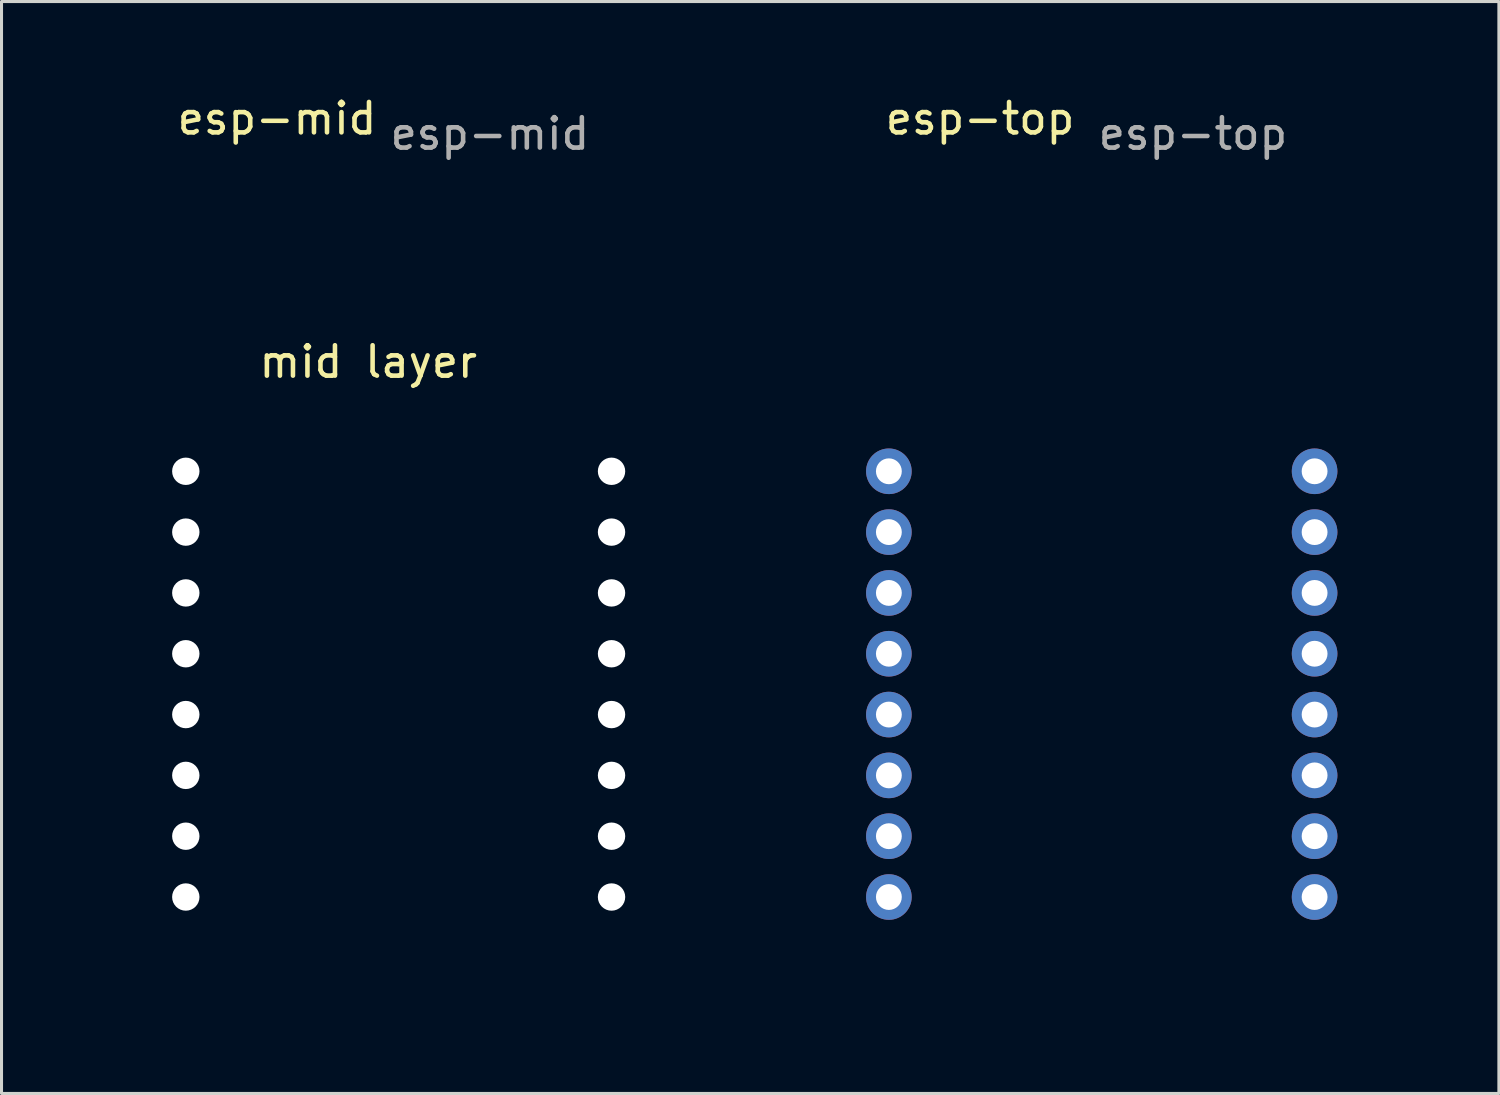
<source format=kicad_pcb>
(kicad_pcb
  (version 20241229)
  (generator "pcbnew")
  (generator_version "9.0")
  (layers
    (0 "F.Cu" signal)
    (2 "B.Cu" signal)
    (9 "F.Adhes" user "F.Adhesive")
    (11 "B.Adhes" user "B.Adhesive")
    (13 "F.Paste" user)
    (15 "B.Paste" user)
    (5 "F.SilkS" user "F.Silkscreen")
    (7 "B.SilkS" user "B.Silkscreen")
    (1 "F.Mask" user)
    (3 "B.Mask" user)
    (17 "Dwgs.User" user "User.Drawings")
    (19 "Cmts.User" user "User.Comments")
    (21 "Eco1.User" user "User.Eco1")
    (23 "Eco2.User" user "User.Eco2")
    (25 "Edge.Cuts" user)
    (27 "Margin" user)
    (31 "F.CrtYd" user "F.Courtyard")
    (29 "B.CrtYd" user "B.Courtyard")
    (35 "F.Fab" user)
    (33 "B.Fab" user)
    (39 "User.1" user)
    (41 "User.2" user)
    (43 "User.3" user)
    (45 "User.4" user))
  (footprint "esp-mid"
    (layer "F.Cu")
    (at 1.06 2.848)
    (property "Reference" "esp-mid" (at 5 -2 0) (unlocked yes) (layer "F.SilkS") (effects (font (size 1 1) (thickness 0.15))))
    (attr through_hole)
    (fp_line (start 0 -1) (end 0 1) (stroke (width 0.12) (type solid)) (layer "Eco1.User"))
    (fp_line (start 0 1) (end -1 0) (stroke (width 0.12) (type solid)) (layer "Eco1.User"))
    (fp_line (start 0 25) (end 0 27) (stroke (width 0.12) (type solid)) (layer "Eco1.User"))
    (fp_line (start 0 27) (end -1 26) (stroke (width 0.12) (type solid)) (layer "Eco1.User"))
    (fp_line (start 1 0) (end -1 0) (stroke (width 0.12) (type solid)) (layer "Eco1.User"))
    (fp_line (start 1 26) (end -1 26) (stroke (width 0.12) (type solid)) (layer "Eco1.User"))
    (fp_line (start 9 11) (end 9 15) (stroke (width 0.12) (type solid)) (layer "Eco1.User"))
    (fp_line (start 11 13) (end 7 13) (stroke (width 0.12) (type solid)) (layer "Eco1.User"))
    (fp_line (start 17 0) (end 19 0) (stroke (width 0.12) (type solid)) (layer "Eco1.User"))
    (fp_line (start 17 26) (end 19 26) (stroke (width 0.12) (type solid)) (layer "Eco1.User"))
    (fp_line (start 18 -1) (end 18 1) (stroke (width 0.12) (type solid)) (layer "Eco1.User"))
    (fp_line (start 18 1) (end 17 0) (stroke (width 0.12) (type solid)) (layer "Eco1.User"))
    (fp_line (start 18 25) (end 18 27) (stroke (width 0.12) (type solid)) (layer "Eco1.User"))
    (fp_line (start 18 27) (end 17 26) (stroke (width 0.12) (type solid)) (layer "Eco1.User"))
    (fp_rect (start 2.85 8.65) (end 15.15 23.95) (stroke (width 0.12) (type solid)) (fill no) (layer "Eco1.User"))
    (fp_text user "mid layer" (at 8 6 0) (unlocked yes) (layer "F.SilkS") (effects (font (size 1 1) (thickness 0.15))))
    (fp_text user "${REFERENCE}" (at 12 -1.5 0) (unlocked yes) (layer "F.Fab") (effects (font (size 1 1) (thickness 0.15))))
    (pad "" np_thru_hole circle (at 2 9.6) (size 0.9 0.9) (drill 0.9) (layers "*.Cu" "*.Mask"))
    (pad "" np_thru_hole circle (at 2 11.6) (size 0.9 0.9) (drill 0.9) (layers "*.Cu" "*.Mask"))
    (pad "" np_thru_hole circle (at 2 13.6) (size 0.9 0.9) (drill 0.9) (layers "*.Cu" "*.Mask"))
    (pad "" np_thru_hole circle (at 2 15.6) (size 0.9 0.9) (drill 0.9) (layers "*.Cu" "*.Mask"))
    (pad "" np_thru_hole circle (at 2 17.6) (size 0.9 0.9) (drill 0.9) (layers "*.Cu" "*.Mask"))
    (pad "" np_thru_hole circle (at 2 19.6) (size 0.9 0.9) (drill 0.9) (layers "*.Cu" "*.Mask"))
    (pad "" np_thru_hole circle (at 2 21.6) (size 0.9 0.9) (drill 0.9) (layers "*.Cu" "*.Mask"))
    (pad "" np_thru_hole circle (at 2 23.6) (size 0.9 0.9) (drill 0.9) (layers "*.Cu" "*.Mask"))
    (pad "" np_thru_hole circle (at 16 9.6) (size 0.9 0.9) (drill 0.9) (layers "*.Cu" "*.Mask"))
    (pad "" np_thru_hole circle (at 16 11.6) (size 0.9 0.9) (drill 0.9) (layers "*.Cu" "*.Mask"))
    (pad "" np_thru_hole circle (at 16 13.6) (size 0.9 0.9) (drill 0.9) (layers "*.Cu" "*.Mask"))
    (pad "" np_thru_hole circle (at 16 15.6) (size 0.9 0.9) (drill 0.9) (layers "*.Cu" "*.Mask"))
    (pad "" np_thru_hole circle (at 16 17.6) (size 0.9 0.9) (drill 0.9) (layers "*.Cu" "*.Mask"))
    (pad "" np_thru_hole circle (at 16 19.6) (size 0.9 0.9) (drill 0.9) (layers "*.Cu" "*.Mask"))
    (pad "" np_thru_hole circle (at 16 21.6) (size 0.9 0.9) (drill 0.9) (layers "*.Cu" "*.Mask"))
    (pad "" np_thru_hole circle (at 16 23.6) (size 0.9 0.9) (drill 0.9) (layers "*.Cu" "*.Mask")))
  (footprint "esp-top"
    (layer "F.Cu")
    (at 24.18 2.848)
    (property "Reference" "esp-top" (at 5 -2 0) (unlocked yes) (layer "F.SilkS") (effects (font (size 1 1) (thickness 0.15))))
    (attr through_hole)
    (fp_line (start 0 -1) (end 0 1) (stroke (width 0.12) (type solid)) (layer "Eco1.User"))
    (fp_line (start 0 -1) (end 1 0) (stroke (width 0.12) (type solid)) (layer "Eco1.User"))
    (fp_line (start 0 25) (end 0 27) (stroke (width 0.12) (type solid)) (layer "Eco1.User"))
    (fp_line (start 0 25) (end 1 26) (stroke (width 0.12) (type solid)) (layer "Eco1.User"))
    (fp_line (start 1 0) (end -1 0) (stroke (width 0.12) (type solid)) (layer "Eco1.User"))
    (fp_line (start 1 26) (end -1 26) (stroke (width 0.12) (type solid)) (layer "Eco1.User"))
    (fp_line (start 9 11) (end 9 15) (stroke (width 0.12) (type solid)) (layer "Eco1.User"))
    (fp_line (start 11 13) (end 7 13) (stroke (width 0.12) (type solid)) (layer "Eco1.User"))
    (fp_line (start 17 0) (end 19 0) (stroke (width 0.12) (type solid)) (layer "Eco1.User"))
    (fp_line (start 17 26) (end 19 26) (stroke (width 0.12) (type solid)) (layer "Eco1.User"))
    (fp_line (start 18 -1) (end 18 1) (stroke (width 0.12) (type solid)) (layer "Eco1.User"))
    (fp_line (start 18 -1) (end 19 0) (stroke (width 0.12) (type solid)) (layer "Eco1.User"))
    (fp_line (start 18 25) (end 18 27) (stroke (width 0.12) (type solid)) (layer "Eco1.User"))
    (fp_line (start 18 25) (end 19 26) (stroke (width 0.12) (type solid)) (layer "Eco1.User"))
    (fp_rect (start 2.85 8.65) (end 15.15 23.95) (stroke (width 0.12) (type solid)) (fill no) (layer "Eco1.User"))
    (fp_text user "${REFERENCE}" (at 12 -1.5 0) (unlocked yes) (layer "F.Fab") (effects (font (size 1 1) (thickness 0.15))))
    (pad "1" thru_hole circle (at 2 9.6) (size 1.5 1.5) (drill 0.85) (layers "*.Cu" "*.Mask"))
    (pad "2" thru_hole circle (at 2 11.6) (size 1.5 1.5) (drill 0.85) (layers "*.Cu" "*.Mask"))
    (pad "3" thru_hole circle (at 2 13.6) (size 1.5 1.5) (drill 0.85) (layers "*.Cu" "*.Mask"))
    (pad "4" thru_hole circle (at 2 15.6) (size 1.5 1.5) (drill 0.85) (layers "*.Cu" "*.Mask"))
    (pad "5" thru_hole circle (at 2 17.6) (size 1.5 1.5) (drill 0.85) (layers "*.Cu" "*.Mask"))
    (pad "6" thru_hole circle (at 2 19.6) (size 1.5 1.5) (drill 0.85) (layers "*.Cu" "*.Mask"))
    (pad "7" thru_hole circle (at 2 21.6) (size 1.5 1.5) (drill 0.85) (layers "*.Cu" "*.Mask"))
    (pad "8" thru_hole circle (at 2 23.6) (size 1.5 1.5) (drill 0.85) (layers "*.Cu" "*.Mask"))
    (pad "9" thru_hole circle (at 16 23.6) (size 1.5 1.5) (drill 0.85) (layers "*.Cu" "*.Mask"))
    (pad "10" thru_hole circle (at 16 21.6) (size 1.5 1.5) (drill 0.85) (layers "*.Cu" "*.Mask"))
    (pad "11" thru_hole circle (at 16 19.6) (size 1.5 1.5) (drill 0.85) (layers "*.Cu" "*.Mask"))
    (pad "12" thru_hole circle (at 16 17.6) (size 1.5 1.5) (drill 0.85) (layers "*.Cu" "*.Mask"))
    (pad "13" thru_hole circle (at 16 15.6) (size 1.5 1.5) (drill 0.85) (layers "*.Cu" "*.Mask"))
    (pad "14" thru_hole circle (at 16 13.6) (size 1.5 1.5) (drill 0.85) (layers "*.Cu" "*.Mask"))
    (pad "15" thru_hole circle (at 16 11.6) (size 1.5 1.5) (drill 0.85) (layers "*.Cu" "*.Mask"))
    (pad "16" thru_hole circle (at 16 9.6) (size 1.5 1.5) (drill 0.85) (layers "*.Cu" "*.Mask")))
  (gr_rect
    (start -3 -3)
    (end 46.24 32.908)
    (stroke (width 0.1) (type default))
    (fill no)
    (layer "Edge.Cuts")))
</source>
